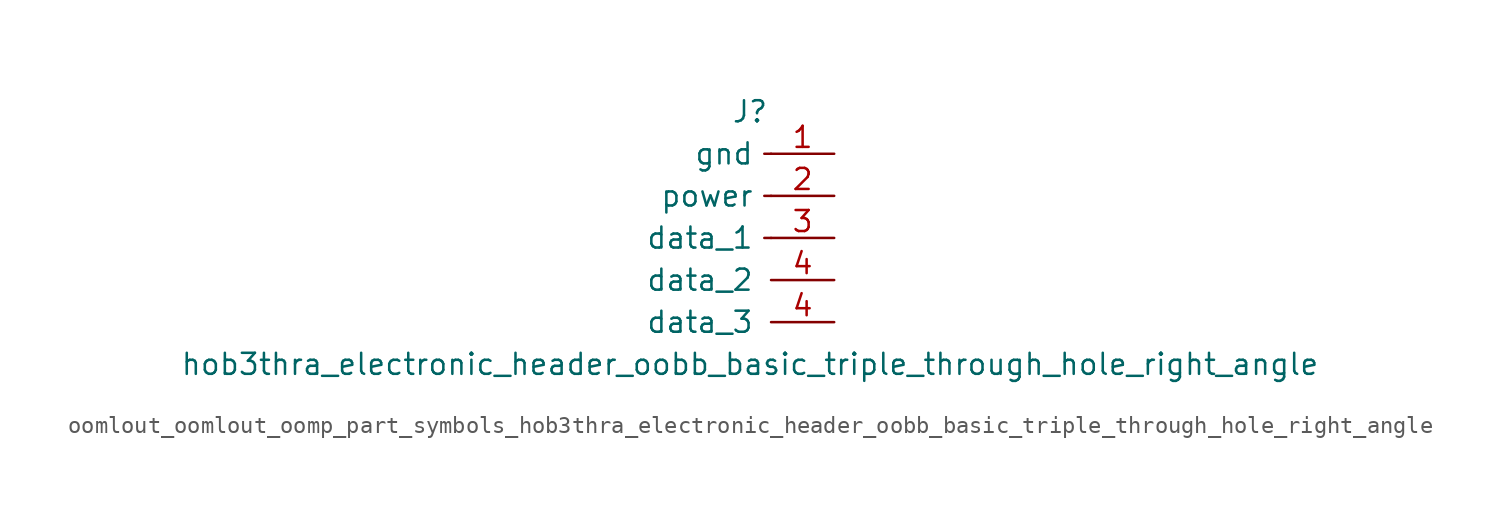
<source format=kicad_sym>
(kicad_symbol_lib
  (version 20220914)
  (generator kicad_symbol_editor)
  (symbol "oomlout_oomlout_oomp_part_symbols_hob3thra_electronic_header_oobb_basic_triple_through_hole_right_angle"
    (pin_names
      (offset 1.016))
    (property "Reference" "J"
      (at 0 5.08 0)
      (effects (font (size 1.27 1.27))))
    (property "Value" "hob3thra_electronic_header_oobb_basic_triple_through_hole_right_angle"
      (at 0 -10.16 0)
      (effects (font (size 1.27 1.27))))
    (symbol "oomlout_oomlout_oomp_part_symbols_hob3thra_electronic_header_oobb_basic_triple_through_hole_right_angle_1_1"
      (polyline (pts (xy 1.27 -2.54) (xy 0.864 -2.54)) (stroke (width 0.152) (type default)) (fill (type none)))
      (polyline (pts (xy 1.27 0) (xy 0.864 0)) (stroke (width 0.152) (type default)) (fill (type none)))
      (polyline (pts (xy 1.27 2.54) (xy 0.864 2.54)) (stroke (width 0.152) (type default)) (fill (type none)))
      (pin passive line (at 5.08 2.54 180) (length 3.81) (name "gnd" (effects (font (size 1.27 1.27)))) (number "1" (effects (font (size 1.27 1.27)))))
      (pin passive line (at 5.08 0 180) (length 3.81) (name "power" (effects (font (size 1.27 1.27)))) (number "2" (effects (font (size 1.27 1.27)))))
      (pin passive line (at 5.08 -2.54 180) (length 3.81) (name "data_1" (effects (font (size 1.27 1.27)))) (number "3" (effects (font (size 1.27 1.27)))))
      (pin passive line (at 5.08 -5.08 180) (length 3.81) (name "data_2" (effects (font (size 1.27 1.27)))) (number "4" (effects (font (size 1.27 1.27)))))
      (pin passive line (at 5.08 -7.62 180) (length 3.81) (name "data_3" (effects (font (size 1.27 1.27)))) (number "4" (effects (font (size 1.27 1.27))))))))
</source>
